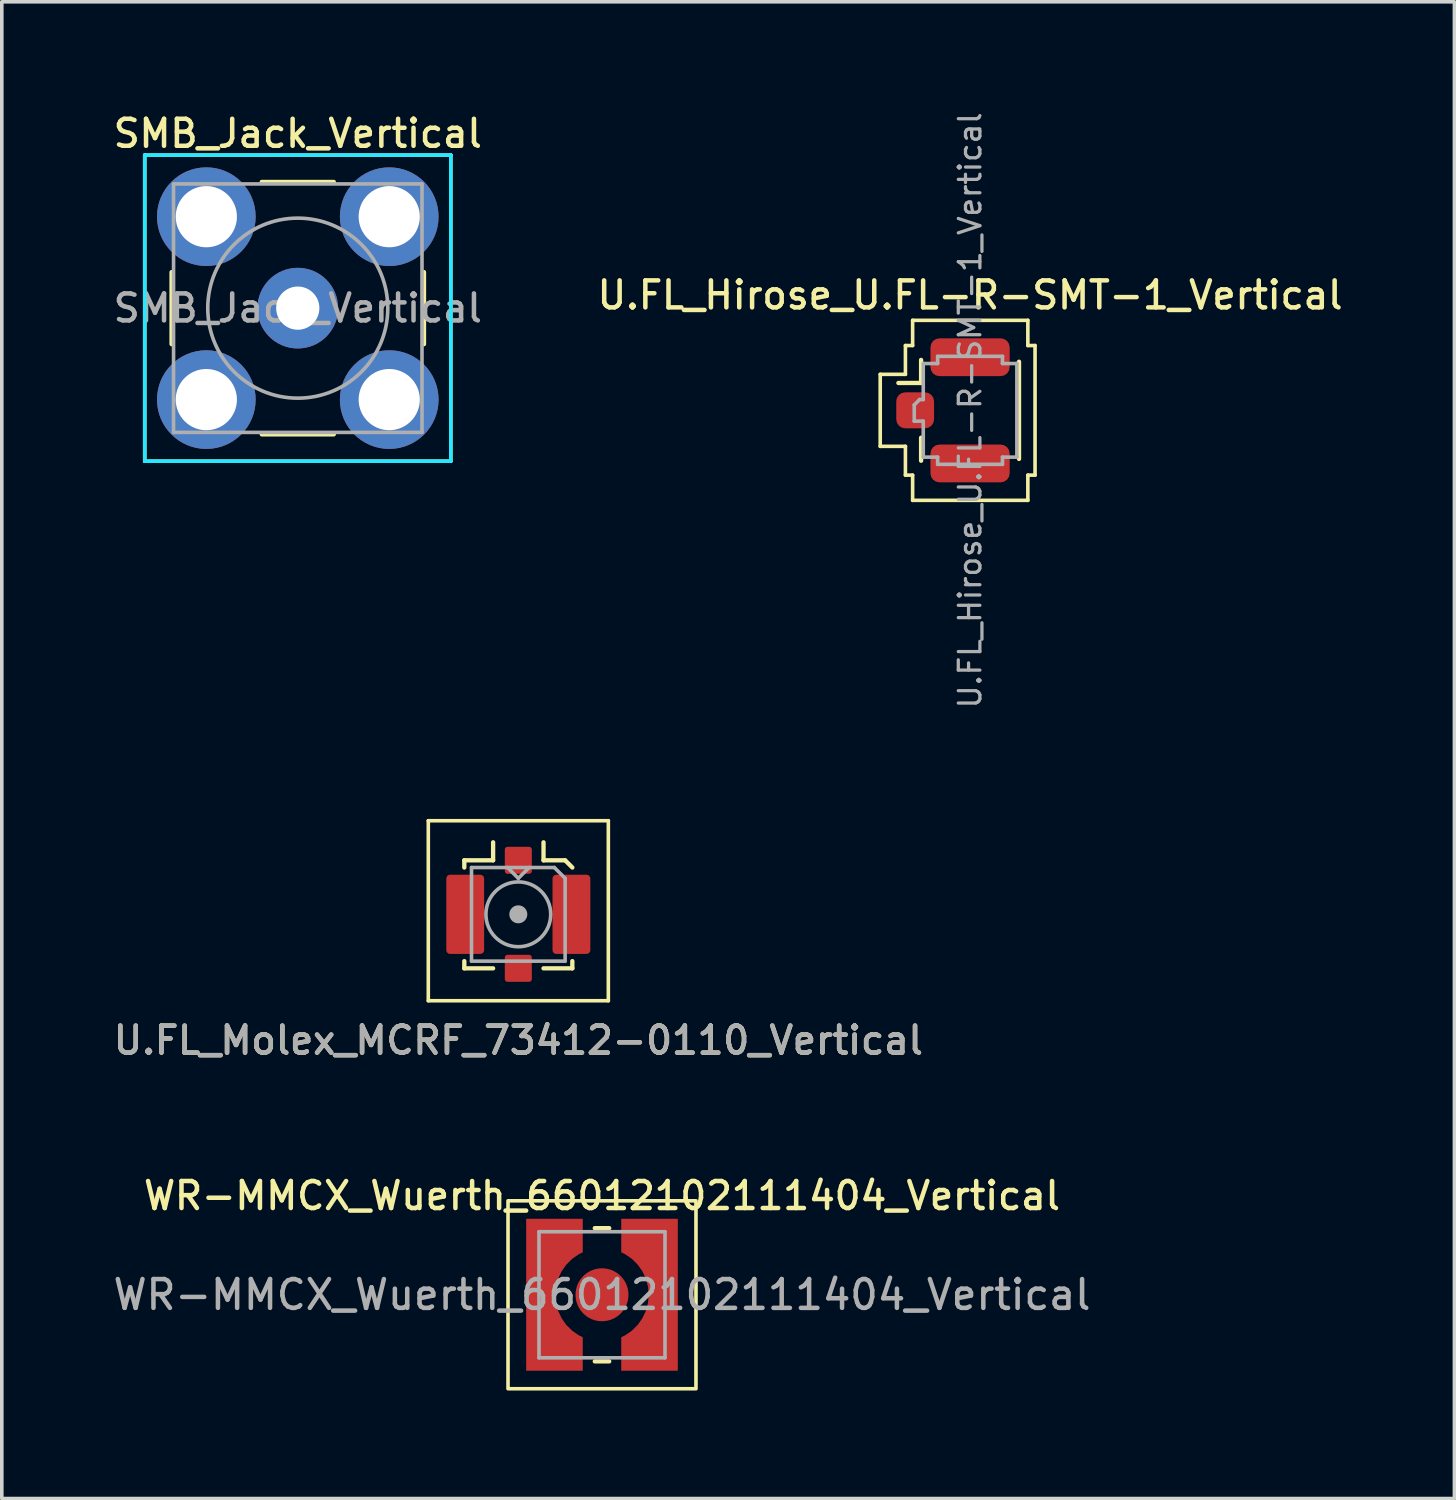
<source format=kicad_pcb>
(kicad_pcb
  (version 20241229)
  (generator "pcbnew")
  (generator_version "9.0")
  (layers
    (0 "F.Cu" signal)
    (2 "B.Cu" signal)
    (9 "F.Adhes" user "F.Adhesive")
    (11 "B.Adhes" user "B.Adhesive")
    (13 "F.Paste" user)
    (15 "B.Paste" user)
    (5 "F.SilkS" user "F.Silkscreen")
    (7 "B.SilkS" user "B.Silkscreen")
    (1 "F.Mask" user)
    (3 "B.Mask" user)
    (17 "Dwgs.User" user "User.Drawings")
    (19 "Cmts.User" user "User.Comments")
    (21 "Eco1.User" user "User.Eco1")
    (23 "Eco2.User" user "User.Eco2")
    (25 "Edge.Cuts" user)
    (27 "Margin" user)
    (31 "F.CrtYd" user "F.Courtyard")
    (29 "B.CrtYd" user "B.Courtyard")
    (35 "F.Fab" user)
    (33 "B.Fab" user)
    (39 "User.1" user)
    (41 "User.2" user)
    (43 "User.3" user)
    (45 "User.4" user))
  (footprint "U.FL_Hirose_U.FL-R-SMT-1_Vertical"
    (layer "F.Cu")
    (at 23.416 8.346)
    (property "Reference" "U.FL_Hirose_U.FL-R-SMT-1_Vertical" (at 0.475 -3.2 0) (layer "F.SilkS") (effects (font (size 0.75 0.75) (thickness 0.125))))
    (attr smd)
    (fp_rect (start -0.515 -0.94) (end 1.575 0.94) (stroke (width 0) (type solid)) (fill yes) (layer "F.Mask"))
    (fp_line (start -2.02 1) (end -2.02 -1) (stroke (width 0.1) (type solid)) (layer "F.SilkS"))
    (fp_line (start -1.32 -1.8) (end -1.12 -1.8) (stroke (width 0.1) (type solid)) (layer "F.SilkS"))
    (fp_line (start -1.32 -1) (end -2.02 -1) (stroke (width 0.1) (type solid)) (layer "F.SilkS"))
    (fp_line (start -1.32 -1) (end -1.32 -1.8) (stroke (width 0.1) (type solid)) (layer "F.SilkS"))
    (fp_line (start -1.32 1) (end -2.02 1) (stroke (width 0.1) (type solid)) (layer "F.SilkS"))
    (fp_line (start -1.32 1.8) (end -1.32 1) (stroke (width 0.1) (type solid)) (layer "F.SilkS"))
    (fp_line (start -1.32 1.8) (end -1.12 1.8) (stroke (width 0.1) (type solid)) (layer "F.SilkS"))
    (fp_line (start -1.12 -1.8) (end -1.12 -2.5) (stroke (width 0.1) (type solid)) (layer "F.SilkS"))
    (fp_line (start -1.12 2.5) (end -1.12 1.8) (stroke (width 0.1) (type solid)) (layer "F.SilkS"))
    (fp_line (start -0.885 -1.4) (end -0.885 -0.76) (stroke (width 0.12) (type solid)) (layer "F.SilkS"))
    (fp_line (start -0.885 -0.76) (end -1.515 -0.76) (stroke (width 0.12) (type solid)) (layer "F.SilkS"))
    (fp_line (start -0.885 1.4) (end -0.885 0.76) (stroke (width 0.12) (type solid)) (layer "F.SilkS"))
    (fp_line (start 1.835 -1.35) (end 1.835 1.35) (stroke (width 0.12) (type solid)) (layer "F.SilkS"))
    (fp_line (start 2.08 -2.5) (end -1.12 -2.5) (stroke (width 0.1) (type solid)) (layer "F.SilkS"))
    (fp_line (start 2.08 -1.8) (end 2.08 -2.5) (stroke (width 0.1) (type solid)) (layer "F.SilkS"))
    (fp_line (start 2.08 -1.8) (end 2.28 -1.8) (stroke (width 0.1) (type solid)) (layer "F.SilkS"))
    (fp_line (start 2.08 1.8) (end 2.28 1.8) (stroke (width 0.1) (type solid)) (layer "F.SilkS"))
    (fp_line (start 2.08 2.5) (end -1.12 2.5) (stroke (width 0.1) (type solid)) (layer "F.SilkS"))
    (fp_line (start 2.08 2.5) (end 2.08 1.8) (stroke (width 0.1) (type solid)) (layer "F.SilkS"))
    (fp_line (start 2.28 1.8) (end 2.28 -1.8) (stroke (width 0.1) (type solid)) (layer "F.SilkS"))
    (fp_line (start -1.075 0.3) (end -1.075 -0.15) (stroke (width 0.1) (type solid)) (layer "F.Fab"))
    (fp_line (start -1.075 0.3) (end -0.825 0.3) (stroke (width 0.1) (type solid)) (layer "F.Fab"))
    (fp_line (start -0.925 -0.3) (end -1.075 -0.15) (stroke (width 0.1) (type solid)) (layer "F.Fab"))
    (fp_line (start -0.925 -0.3) (end -0.825 -0.3) (stroke (width 0.1) (type solid)) (layer "F.Fab"))
    (fp_line (start -0.825 -0.3) (end -0.825 -1.3) (stroke (width 0.1) (type solid)) (layer "F.Fab"))
    (fp_line (start -0.825 0.3) (end -0.825 1.3) (stroke (width 0.1) (type solid)) (layer "F.Fab"))
    (fp_line (start -0.425 -1.5) (end -0.425 -1.3) (stroke (width 0.1) (type solid)) (layer "F.Fab"))
    (fp_line (start -0.425 -1.5) (end 1.375 -1.5) (stroke (width 0.1) (type solid)) (layer "F.Fab"))
    (fp_line (start -0.425 -1.3) (end -0.825 -1.3) (stroke (width 0.1) (type solid)) (layer "F.Fab"))
    (fp_line (start -0.425 1.3) (end -0.825 1.3) (stroke (width 0.1) (type solid)) (layer "F.Fab"))
    (fp_line (start -0.425 1.5) (end -0.425 1.3) (stroke (width 0.1) (type solid)) (layer "F.Fab"))
    (fp_line (start -0.425 1.5) (end 1.375 1.5) (stroke (width 0.1) (type solid)) (layer "F.Fab"))
    (fp_line (start 1.375 -1.5) (end 1.375 -1.3) (stroke (width 0.1) (type solid)) (layer "F.Fab"))
    (fp_line (start 1.375 1.5) (end 1.375 1.3) (stroke (width 0.1) (type solid)) (layer "F.Fab"))
    (fp_line (start 1.775 -1.3) (end 1.375 -1.3) (stroke (width 0.1) (type solid)) (layer "F.Fab"))
    (fp_line (start 1.775 -1.3) (end 1.775 1.3) (stroke (width 0.1) (type solid)) (layer "F.Fab"))
    (fp_line (start 1.775 1.3) (end 1.375 1.3) (stroke (width 0.1) (type solid)) (layer "F.Fab"))
    (fp_text user "${REFERENCE}" (at 0.475 0 90) (layer "F.Fab") (effects (font (size 0.6 0.6) (thickness 0.09))))
    (pad "1" smd roundrect (at -1.05 0) (size 1.05 1) (layers "F.Cu" "F.Mask" "F.Paste") (roundrect_rratio 0.25))
    (pad "2" smd roundrect (at 0.475 -1.475) (size 2.2 1.05) (layers "F.Cu" "F.Mask" "F.Paste") (roundrect_rratio 0.238))
    (pad "2" smd roundrect (at 0.475 1.475) (size 2.2 1.05) (layers "F.Cu" "F.Mask" "F.Paste") (roundrect_rratio 0.238))
    (zone (net_name "") (layers "F.Cu" "B.Cu") (hatch edge 0.5) (connect_pads) (min_thickness 0.25) (filled_areas_thickness no) (keepout (tracks not_allowed) (vias not_allowed) (pads not_allowed) (copperpour not_allowed) (footprints allowed)) (placement (enabled no)) (fill) (polygon (pts (xy 24.991 7.396) (xy 22.901 7.396) (xy 22.901 9.296) (xy 24.991 9.296)))))
  (footprint "U.FL_Molex_MCRF_73412-0110_Vertical"
    (layer "F.Cu")
    (at 11.345 22.343)
    (property "Reference" "U.FL_Molex_MCRF_73412-0110_Vertical" (at 0 3.5 0) (layer "F.SilkS") (effects (font (size 0.75 0.75) (thickness 0.125))))
    (attr smd)
    (fp_line (start -2.5 -2.6) (end -2.5 2.4) (stroke (width 0.1) (type solid)) (layer "F.SilkS"))
    (fp_line (start -2.5 2.4) (end 2.5 2.4) (stroke (width 0.1) (type solid)) (layer "F.SilkS"))
    (fp_line (start -1.5 -1.5) (end -0.7 -1.5) (stroke (width 0.12) (type solid)) (layer "F.SilkS"))
    (fp_line (start -1.5 -1.3) (end -1.5 -1.5) (stroke (width 0.12) (type solid)) (layer "F.SilkS"))
    (fp_line (start -1.5 1.5) (end -1.5 1.3) (stroke (width 0.12) (type solid)) (layer "F.SilkS"))
    (fp_line (start -0.7 -1.5) (end -0.7 -2) (stroke (width 0.12) (type solid)) (layer "F.SilkS"))
    (fp_line (start -0.7 1.5) (end -1.5 1.5) (stroke (width 0.12) (type solid)) (layer "F.SilkS"))
    (fp_line (start 0.7 -1.5) (end 0.7 -2) (stroke (width 0.12) (type solid)) (layer "F.SilkS"))
    (fp_line (start 0.7 -1.5) (end 1.3 -1.5) (stroke (width 0.12) (type solid)) (layer "F.SilkS"))
    (fp_line (start 1.3 -1.5) (end 1.5 -1.3) (stroke (width 0.12) (type solid)) (layer "F.SilkS"))
    (fp_line (start 1.5 1.3) (end 1.5 1.5) (stroke (width 0.12) (type solid)) (layer "F.SilkS"))
    (fp_line (start 1.5 1.5) (end 0.7 1.5) (stroke (width 0.12) (type solid)) (layer "F.SilkS"))
    (fp_line (start 2.5 -2.6) (end -2.5 -2.6) (stroke (width 0.1) (type solid)) (layer "F.SilkS"))
    (fp_line (start 2.5 2.4) (end 2.5 -2.6) (stroke (width 0.1) (type solid)) (layer "F.SilkS"))
    (fp_line (start -1.3 1.3) (end -1.3 -1.3) (stroke (width 0.1) (type solid)) (layer "F.Fab"))
    (fp_line (start 0 -1) (end -0.3 -1.3) (stroke (width 0.1) (type solid)) (layer "F.Fab"))
    (fp_line (start 0.3 -1.3) (end 0 -1) (stroke (width 0.1) (type solid)) (layer "F.Fab"))
    (fp_line (start 1 -1.3) (end -1.3 -1.3) (stroke (width 0.1) (type solid)) (layer "F.Fab"))
    (fp_line (start 1.3 -1) (end 1 -1.3) (stroke (width 0.1) (type solid)) (layer "F.Fab"))
    (fp_line (start 1.3 1.3) (end -1.3 1.3) (stroke (width 0.1) (type solid)) (layer "F.Fab"))
    (fp_line (start 1.3 1.3) (end 1.3 -1) (stroke (width 0.1) (type solid)) (layer "F.Fab"))
    (fp_circle (center 0 0) (end -0.9 0) (stroke (width 0.1) (type solid)) (fill no) (layer "F.Fab"))
    (fp_circle (center 0 0) (end 0 -0.2) (stroke (width 0.1) (type solid)) (fill no) (layer "F.Fab"))
    (fp_circle (center 0 0) (end 0 -0.125) (stroke (width 0.1) (type solid)) (fill no) (layer "F.Fab"))
    (fp_circle (center 0 0) (end 0 -0.05) (stroke (width 0.1) (type solid)) (fill no) (layer "F.Fab"))
    (fp_text user "${REFERENCE}" (at 0 3.5 0) (layer "F.Fab") (effects (font (size 0.75 0.75) (thickness 0.125))))
    (pad "1" smd roundrect (at 0 1.5 180) (size 0.75 0.75) (layers "F.Cu" "F.Mask" "F.Paste") (roundrect_rratio 0.1))
    (pad "2" smd roundrect (at -1.475 0 180) (size 1.05 2.2) (layers "F.Cu" "F.Mask" "F.Paste") (roundrect_rratio 0.1))
    (pad "2" smd roundrect (at 0 -1.5 180) (size 0.75 0.75) (layers "F.Cu" "F.Mask" "F.Paste") (roundrect_rratio 0.1))
    (pad "2" smd roundrect (at 1.475 0 180) (size 1.05 2.2) (layers "F.Cu" "F.Mask" "F.Paste") (roundrect_rratio 0.1)))
  (footprint "SMB_Jack_Vertical"
    (layer "F.Cu")
    (at 5.22 5.508)
    (property "Reference" "SMB_Jack_Vertical" (at 0 -4.85 0) (layer "F.SilkS") (effects (font (size 0.75 0.75) (thickness 0.125))))
    (attr through_hole)
    (fp_line (start -4.25 -4.25) (end 4.25 -4.25) (stroke (width 0.1) (type solid)) (layer "F.SilkS"))
    (fp_line (start -4.25 4.25) (end -4.25 -4.25) (stroke (width 0.1) (type solid)) (layer "F.SilkS"))
    (fp_line (start -3.505 1) (end -3.505 -1) (stroke (width 0.12) (type solid)) (layer "F.SilkS"))
    (fp_line (start -1 -3.505) (end 1 -3.505) (stroke (width 0.12) (type solid)) (layer "F.SilkS"))
    (fp_line (start 1 3.505) (end -1 3.505) (stroke (width 0.12) (type solid)) (layer "F.SilkS"))
    (fp_line (start 3.505 -1) (end 3.505 1) (stroke (width 0.12) (type solid)) (layer "F.SilkS"))
    (fp_line (start 4.25 -4.25) (end 4.25 4.25) (stroke (width 0.1) (type solid)) (layer "F.SilkS"))
    (fp_line (start 4.25 4.25) (end -4.25 4.25) (stroke (width 0.1) (type solid)) (layer "F.SilkS"))
    (fp_line (start -4.25 -4.25) (end 4.25 -4.25) (stroke (width 0.1) (type solid)) (layer "B.CrtYd"))
    (fp_line (start -4.25 4.25) (end -4.25 -4.25) (stroke (width 0.1) (type solid)) (layer "B.CrtYd"))
    (fp_line (start 4.25 -4.25) (end 4.25 4.25) (stroke (width 0.1) (type solid)) (layer "B.CrtYd"))
    (fp_line (start 4.25 4.25) (end -4.25 4.25) (stroke (width 0.1) (type solid)) (layer "B.CrtYd"))
    (fp_line (start -3.45 -3.45) (end -3.45 3.45) (stroke (width 0.1) (type solid)) (layer "F.Fab"))
    (fp_line (start -3.45 3.45) (end 3.45 3.45) (stroke (width 0.1) (type solid)) (layer "F.Fab"))
    (fp_line (start 3.45 -3.45) (end -3.45 -3.45) (stroke (width 0.1) (type solid)) (layer "F.Fab"))
    (fp_line (start 3.45 3.45) (end 3.45 -3.45) (stroke (width 0.1) (type solid)) (layer "F.Fab"))
    (fp_circle (center 0 0) (end 2.5 0) (stroke (width 0.1) (type solid)) (fill no) (layer "F.Fab"))
    (fp_text user "${REFERENCE}" (at 0 0 0) (layer "F.Fab") (effects (font (size 0.75 0.75) (thickness 0.125))))
    (pad "1" thru_hole circle (at 0 0) (size 2.24 2.24) (drill 1.2) (layers "*.Cu" "*.Mask"))
    (pad "2" thru_hole circle (at -2.54 -2.54) (size 2.74 2.74) (drill 1.7) (layers "*.Cu" "*.Mask"))
    (pad "2" thru_hole circle (at -2.54 2.54) (size 2.74 2.74) (drill 1.7) (layers "*.Cu" "*.Mask"))
    (pad "2" thru_hole circle (at 2.54 -2.54) (size 2.74 2.74) (drill 1.7) (layers "*.Cu" "*.Mask"))
    (pad "2" thru_hole circle (at 2.54 2.54) (size 2.74 2.74) (drill 1.7) (layers "*.Cu" "*.Mask")))
  (footprint "WR-MMCX_Wuerth_66012102111404_Vertical"
    (layer "F.Cu")
    (at 13.669 32.909)
    (property "Reference" "WR-MMCX_Wuerth_66012102111404_Vertical" (at 0 -2.75 0) (unlocked yes) (layer "F.SilkS") (effects (font (size 0.75 0.75) (thickness 0.125))))
    (attr smd)
    (fp_line (start -0.2 -1.85) (end 0.2 -1.85) (stroke (width 0.12) (type solid)) (layer "F.SilkS"))
    (fp_line (start 0.2 1.85) (end -0.2 1.85) (stroke (width 0.12) (type solid)) (layer "F.SilkS"))
    (fp_rect (start -2.61 -2.61) (end 2.61 2.61) (stroke (width 0.1) (type default)) (fill no) (layer "F.SilkS"))
    (fp_poly (pts (xy -0.535 -1.179) (xy -0.535 -2.11) (xy -2.105 -2.11) (xy -2.105 -0.535) (xy -1.179 -0.535) (xy -1.129 -0.64) (xy -0.996 -0.832) (xy -0.832 -0.996) (xy -0.64 -1.129)) (stroke (width 0.001) (type solid)) (fill yes) (layer "F.Paste"))
    (fp_poly (pts (xy -0.535 1.179) (xy -0.64 1.129) (xy -0.832 0.996) (xy -0.996 0.832) (xy -1.129 0.64) (xy -1.179 0.535) (xy -2.105 0.535) (xy -2.105 2.11) (xy -0.535 2.11)) (stroke (width 0.001) (type solid)) (fill yes) (layer "F.Paste"))
    (fp_poly (pts (xy 0.996 -0.832) (xy 1.129 -0.64) (xy 1.179 -0.535) (xy 2.105 -0.535) (xy 2.105 -2.11) (xy 0.535 -2.11) (xy 0.535 -1.179) (xy 0.64 -1.129) (xy 0.832 -0.996)) (stroke (width 0.001) (type solid)) (fill yes) (layer "F.Paste"))
    (fp_poly (pts (xy 1.129 0.64) (xy 0.996 0.832) (xy 0.832 0.996) (xy 0.64 1.129) (xy 0.535 1.179) (xy 0.535 2.11) (xy 2.105 2.11) (xy 2.105 0.535) (xy 1.179 0.535)) (stroke (width 0.001) (type solid)) (fill yes) (layer "F.Paste"))
    (fp_line (start -1.75 -1.75) (end 1.75 -1.75) (stroke (width 0.1) (type solid)) (layer "F.Fab"))
    (fp_line (start -1.75 1.75) (end -1.75 -1.75) (stroke (width 0.1) (type solid)) (layer "F.Fab"))
    (fp_line (start 1.75 -1.75) (end 1.75 1.75) (stroke (width 0.1) (type solid)) (layer "F.Fab"))
    (fp_line (start 1.75 1.75) (end -1.75 1.75) (stroke (width 0.1) (type solid)) (layer "F.Fab"))
    (fp_text user "${REFERENCE}" (at 0 0 0) (unlocked yes) (layer "F.Fab") (effects (font (size 0.8 0.8) (thickness 0.125))))
    (pad "1" smd circle (at 0 0) (size 1.47 1.47) (layers "F.Cu" "F.Mask" "F.Paste"))
    (pad "2" smd custom (at -1.71 0) (size 0.5 0.5) (layers "F.Cu" "F.Mask") (options (anchor circle)) (primitives (gr_poly (pts (xy -0.395 -2.11) (xy -0.395 2.11) (xy 1.175 2.11) (xy 1.175 1.179) (xy 1.072 1.13) (xy 0.884 1.001) (xy 0.721 0.84) (xy 0.589 0.654) (xy 0.492 0.448) (xy 0.432 0.227) (xy 0.412 0) (xy 0.432 -0.227) (xy 0.492 -0.448) (xy 0.589 -0.654) (xy 0.721 -0.84) (xy 0.884 -1.001) (xy 1.072 -1.13) (xy 1.175 -1.179) (xy 1.175 -2.11)) (width 0.001) (fill yes))))
    (pad "2" smd custom (at 1.67 0) (size 0.5 0.5) (layers "F.Cu" "F.Mask") (options (anchor circle)) (primitives (gr_poly (pts (xy -0.452 -0.448) (xy -0.392 -0.227) (xy -0.372 0) (xy -0.392 0.227) (xy -0.452 0.448) (xy -0.549 0.654) (xy -0.681 0.84) (xy -0.844 1.001) (xy -1.032 1.13) (xy -1.135 1.179) (xy -1.135 2.11) (xy 0.435 2.11) (xy 0.435 -2.11) (xy -1.135 -2.11) (xy -1.135 -1.179) (xy -1.032 -1.13) (xy -0.844 -1.001) (xy -0.681 -0.84) (xy -0.549 -0.654)) (width 0.001) (fill yes)))))
  (gr_rect
    (start -3 -3)
    (end 37.343 38.569)
    (stroke (width 0.1) (type default))
    (fill no)
    (layer "Edge.Cuts")))
</source>
